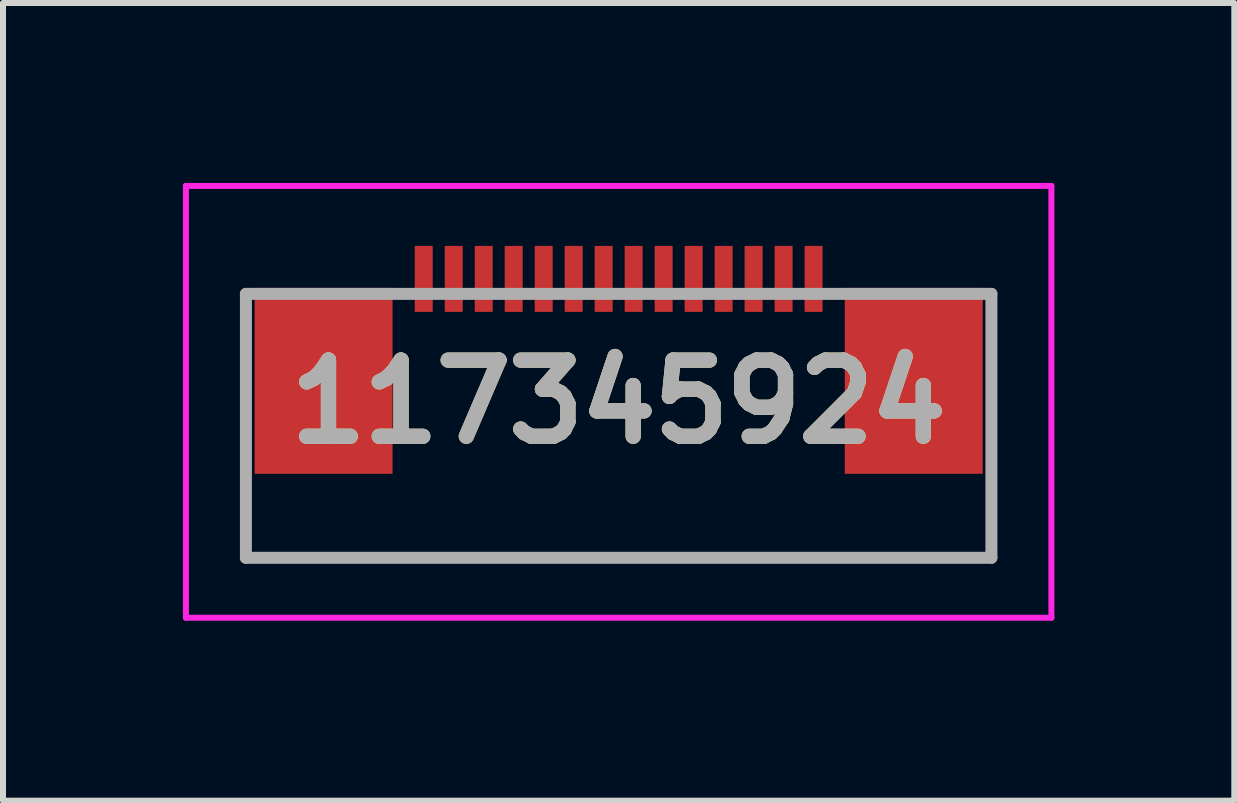
<source format=kicad_pcb>
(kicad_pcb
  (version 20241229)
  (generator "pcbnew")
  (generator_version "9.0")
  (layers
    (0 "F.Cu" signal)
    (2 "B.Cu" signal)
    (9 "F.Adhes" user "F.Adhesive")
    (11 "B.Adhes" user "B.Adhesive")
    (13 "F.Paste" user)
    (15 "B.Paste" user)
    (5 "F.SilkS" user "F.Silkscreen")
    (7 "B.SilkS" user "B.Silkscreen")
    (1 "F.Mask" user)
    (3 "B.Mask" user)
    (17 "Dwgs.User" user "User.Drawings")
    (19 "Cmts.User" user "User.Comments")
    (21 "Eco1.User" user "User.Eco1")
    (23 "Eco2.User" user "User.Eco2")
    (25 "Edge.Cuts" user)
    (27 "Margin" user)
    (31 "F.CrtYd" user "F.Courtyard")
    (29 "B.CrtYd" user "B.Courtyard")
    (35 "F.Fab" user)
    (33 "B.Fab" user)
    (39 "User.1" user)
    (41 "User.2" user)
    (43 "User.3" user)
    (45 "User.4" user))
  (footprint "117345924"
    (layer "F.Cu")
    (at 7.265 3.925)
    (property "Reference" "117345924" (at 0 -0.275 0) (layer "F.SilkS") (effects (font (size 1.27 1.27) (thickness 0.254))))
    (attr smd)
    (fp_line (start -6.215 1.065) (end -6.215 2.325) (stroke (width 0.1) (type solid)) (layer "F.SilkS"))
    (fp_line (start -6.215 2.325) (end 6.215 2.325) (stroke (width 0.1) (type solid)) (layer "F.SilkS"))
    (fp_line (start 6.215 2.325) (end 6.215 1.065) (stroke (width 0.1) (type solid)) (layer "F.SilkS"))
    (fp_line (start -7.215 -3.875) (end 7.215 -3.875) (stroke (width 0.1) (type solid)) (layer "F.CrtYd"))
    (fp_line (start -7.215 3.325) (end -7.215 -3.875) (stroke (width 0.1) (type solid)) (layer "F.CrtYd"))
    (fp_line (start 7.215 -3.875) (end 7.215 3.325) (stroke (width 0.1) (type solid)) (layer "F.CrtYd"))
    (fp_line (start 7.215 3.325) (end -7.215 3.325) (stroke (width 0.1) (type solid)) (layer "F.CrtYd"))
    (fp_line (start -6.215 -2.075) (end 6.215 -2.075) (stroke (width 0.2) (type solid)) (layer "F.Fab"))
    (fp_line (start -6.215 2.325) (end -6.215 -2.075) (stroke (width 0.2) (type solid)) (layer "F.Fab"))
    (fp_line (start 6.215 -2.075) (end 6.215 2.325) (stroke (width 0.2) (type solid)) (layer "F.Fab"))
    (fp_line (start 6.215 2.325) (end -6.215 2.325) (stroke (width 0.2) (type solid)) (layer "F.Fab"))
    (fp_text user "${REFERENCE}" (at 0 -0.275 0) (layer "F.Fab") (effects (font (size 1.27 1.27) (thickness 0.254))))
    (pad "1" smd rect (at -3.25 -2.325) (size 0.3 1.1) (layers "F.Cu" "F.Mask" "F.Paste"))
    (pad "2" smd rect (at -2.75 -2.325) (size 0.3 1.1) (layers "F.Cu" "F.Mask" "F.Paste"))
    (pad "3" smd rect (at -2.25 -2.325) (size 0.3 1.1) (layers "F.Cu" "F.Mask" "F.Paste"))
    (pad "4" smd rect (at -1.75 -2.325) (size 0.3 1.1) (layers "F.Cu" "F.Mask" "F.Paste"))
    (pad "5" smd rect (at -1.25 -2.325) (size 0.3 1.1) (layers "F.Cu" "F.Mask" "F.Paste"))
    (pad "6" smd rect (at -0.75 -2.325) (size 0.3 1.1) (layers "F.Cu" "F.Mask" "F.Paste"))
    (pad "7" smd rect (at -0.25 -2.325) (size 0.3 1.1) (layers "F.Cu" "F.Mask" "F.Paste"))
    (pad "8" smd rect (at 0.25 -2.325) (size 0.3 1.1) (layers "F.Cu" "F.Mask" "F.Paste"))
    (pad "9" smd rect (at 0.75 -2.325) (size 0.3 1.1) (layers "F.Cu" "F.Mask" "F.Paste"))
    (pad "10" smd rect (at 1.25 -2.325) (size 0.3 1.1) (layers "F.Cu" "F.Mask" "F.Paste"))
    (pad "11" smd rect (at 1.75 -2.325) (size 0.3 1.1) (layers "F.Cu" "F.Mask" "F.Paste"))
    (pad "12" smd rect (at 2.25 -2.325) (size 0.3 1.1) (layers "F.Cu" "F.Mask" "F.Paste"))
    (pad "13" smd rect (at 2.75 -2.325) (size 0.3 1.1) (layers "F.Cu" "F.Mask" "F.Paste"))
    (pad "14" smd rect (at 3.25 -2.325) (size 0.3 1.1) (layers "F.Cu" "F.Mask" "F.Paste"))
    (pad "15" smd rect (at -4.92 -0.625) (size 2.3 3.1) (layers "F.Cu" "F.Mask" "F.Paste"))
    (pad "16" smd rect (at 4.92 -0.625) (size 2.3 3.1) (layers "F.Cu" "F.Mask" "F.Paste")))
  (gr_rect
    (start -3 -3)
    (end 17.53 10.3)
    (stroke (width 0.1) (type default))
    (fill no)
    (layer "Edge.Cuts")))
</source>
